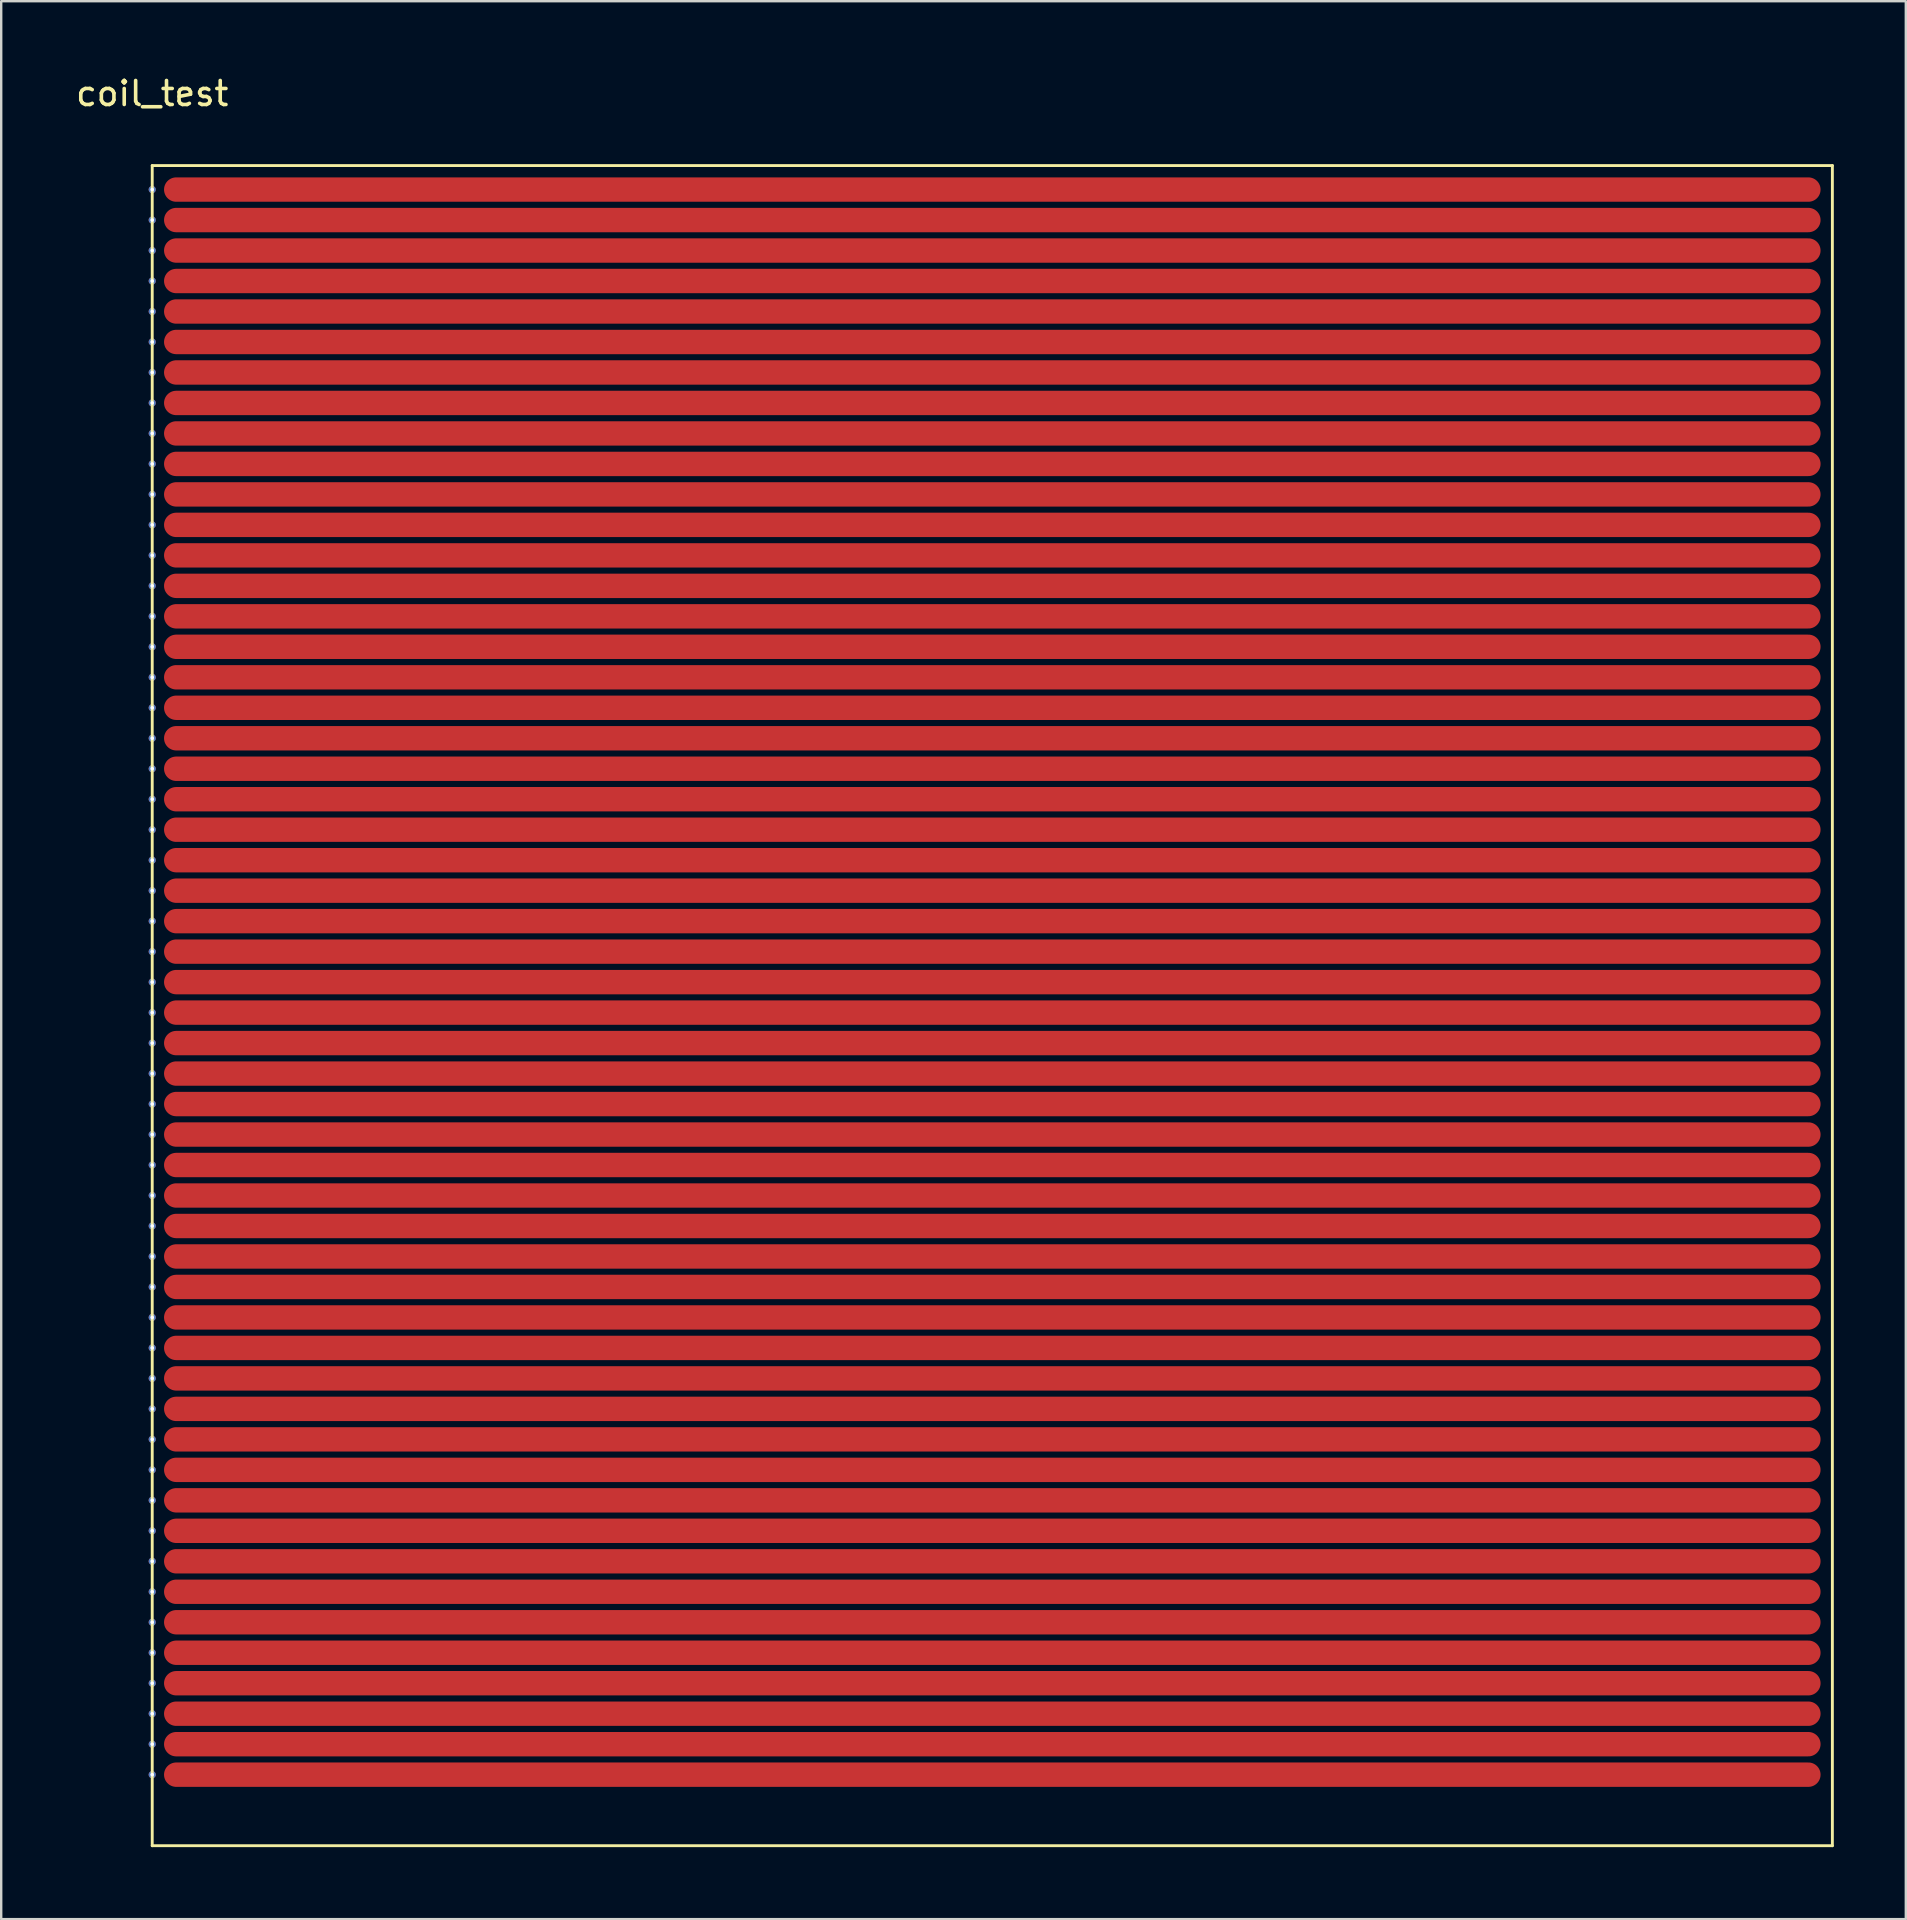
<source format=kicad_pcb>
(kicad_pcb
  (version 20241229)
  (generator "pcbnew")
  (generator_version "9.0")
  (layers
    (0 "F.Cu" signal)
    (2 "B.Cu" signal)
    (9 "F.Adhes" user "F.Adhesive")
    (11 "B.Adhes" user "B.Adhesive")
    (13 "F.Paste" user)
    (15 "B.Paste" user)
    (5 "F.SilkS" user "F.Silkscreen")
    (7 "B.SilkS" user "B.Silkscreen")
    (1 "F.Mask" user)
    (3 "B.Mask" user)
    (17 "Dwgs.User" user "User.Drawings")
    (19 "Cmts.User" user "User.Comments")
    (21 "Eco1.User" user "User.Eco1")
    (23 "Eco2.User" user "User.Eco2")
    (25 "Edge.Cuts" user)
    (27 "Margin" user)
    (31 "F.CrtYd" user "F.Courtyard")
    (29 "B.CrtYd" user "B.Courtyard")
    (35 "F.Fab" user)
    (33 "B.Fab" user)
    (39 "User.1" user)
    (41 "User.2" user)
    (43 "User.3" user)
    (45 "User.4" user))
  (footprint "coil_test"
    (layer "F.Cu")
    (at 3.292 3.848)
    (property "Reference" "coil_test" (at 0 -3 0) (layer "F.SilkS") (effects (font (size 1 1) (thickness 0.15))))
    (attr through_hole)
    (fp_line (start 1 1) (end 69 1) (stroke (width 1.016) (type solid)) (layer "F.Cu"))
    (fp_line (start 1 2.27) (end 69 2.27) (stroke (width 1.016) (type solid)) (layer "F.Cu"))
    (fp_line (start 1 3.54) (end 69 3.54) (stroke (width 1.016) (type solid)) (layer "F.Cu"))
    (fp_line (start 1 4.81) (end 69 4.81) (stroke (width 1.016) (type solid)) (layer "F.Cu"))
    (fp_line (start 1 6.08) (end 69 6.08) (stroke (width 1.016) (type solid)) (layer "F.Cu"))
    (fp_line (start 1 7.35) (end 69 7.35) (stroke (width 1.016) (type solid)) (layer "F.Cu"))
    (fp_line (start 1 8.62) (end 69 8.62) (stroke (width 1.016) (type solid)) (layer "F.Cu"))
    (fp_line (start 1 9.89) (end 69 9.89) (stroke (width 1.016) (type solid)) (layer "F.Cu"))
    (fp_line (start 1 11.16) (end 69 11.16) (stroke (width 1.016) (type solid)) (layer "F.Cu"))
    (fp_line (start 1 12.43) (end 69 12.43) (stroke (width 1.016) (type solid)) (layer "F.Cu"))
    (fp_line (start 1 13.7) (end 69 13.7) (stroke (width 1.016) (type solid)) (layer "F.Cu"))
    (fp_line (start 1 14.97) (end 69 14.97) (stroke (width 1.016) (type solid)) (layer "F.Cu"))
    (fp_line (start 1 16.24) (end 69 16.24) (stroke (width 1.016) (type solid)) (layer "F.Cu"))
    (fp_line (start 1 17.51) (end 69 17.51) (stroke (width 1.016) (type solid)) (layer "F.Cu"))
    (fp_line (start 1 18.78) (end 69 18.78) (stroke (width 1.016) (type solid)) (layer "F.Cu"))
    (fp_line (start 1 20.05) (end 69 20.05) (stroke (width 1.016) (type solid)) (layer "F.Cu"))
    (fp_line (start 1 21.32) (end 69 21.32) (stroke (width 1.016) (type solid)) (layer "F.Cu"))
    (fp_line (start 1 22.59) (end 69 22.59) (stroke (width 1.016) (type solid)) (layer "F.Cu"))
    (fp_line (start 1 23.86) (end 69 23.86) (stroke (width 1.016) (type solid)) (layer "F.Cu"))
    (fp_line (start 1 25.13) (end 69 25.13) (stroke (width 1.016) (type solid)) (layer "F.Cu"))
    (fp_line (start 1 26.4) (end 69 26.4) (stroke (width 1.016) (type solid)) (layer "F.Cu"))
    (fp_line (start 1 27.67) (end 69 27.67) (stroke (width 1.016) (type solid)) (layer "F.Cu"))
    (fp_line (start 1 28.94) (end 69 28.94) (stroke (width 1.016) (type solid)) (layer "F.Cu"))
    (fp_line (start 1 30.21) (end 69 30.21) (stroke (width 1.016) (type solid)) (layer "F.Cu"))
    (fp_line (start 1 31.48) (end 69 31.48) (stroke (width 1.016) (type solid)) (layer "F.Cu"))
    (fp_line (start 1 32.75) (end 69 32.75) (stroke (width 1.016) (type solid)) (layer "F.Cu"))
    (fp_line (start 1 34.02) (end 69 34.02) (stroke (width 1.016) (type solid)) (layer "F.Cu"))
    (fp_line (start 1 35.29) (end 69 35.29) (stroke (width 1.016) (type solid)) (layer "F.Cu"))
    (fp_line (start 1 36.56) (end 69 36.56) (stroke (width 1.016) (type solid)) (layer "F.Cu"))
    (fp_line (start 1 37.83) (end 69 37.83) (stroke (width 1.016) (type solid)) (layer "F.Cu"))
    (fp_line (start 1 39.1) (end 69 39.1) (stroke (width 1.016) (type solid)) (layer "F.Cu"))
    (fp_line (start 1 40.37) (end 69 40.37) (stroke (width 1.016) (type solid)) (layer "F.Cu"))
    (fp_line (start 1 41.64) (end 69 41.64) (stroke (width 1.016) (type solid)) (layer "F.Cu"))
    (fp_line (start 1 42.91) (end 69 42.91) (stroke (width 1.016) (type solid)) (layer "F.Cu"))
    (fp_line (start 1 44.18) (end 69 44.18) (stroke (width 1.016) (type solid)) (layer "F.Cu"))
    (fp_line (start 1 45.45) (end 69 45.45) (stroke (width 1.016) (type solid)) (layer "F.Cu"))
    (fp_line (start 1 46.72) (end 69 46.72) (stroke (width 1.016) (type solid)) (layer "F.Cu"))
    (fp_line (start 1 47.99) (end 69 47.99) (stroke (width 1.016) (type solid)) (layer "F.Cu"))
    (fp_line (start 1 49.26) (end 69 49.26) (stroke (width 1.016) (type solid)) (layer "F.Cu"))
    (fp_line (start 1 50.53) (end 69 50.53) (stroke (width 1.016) (type solid)) (layer "F.Cu"))
    (fp_line (start 1 51.8) (end 69 51.8) (stroke (width 1.016) (type solid)) (layer "F.Cu"))
    (fp_line (start 1 53.07) (end 69 53.07) (stroke (width 1.016) (type solid)) (layer "F.Cu"))
    (fp_line (start 1 54.34) (end 69 54.34) (stroke (width 1.016) (type solid)) (layer "F.Cu"))
    (fp_line (start 1 55.61) (end 69 55.61) (stroke (width 1.016) (type solid)) (layer "F.Cu"))
    (fp_line (start 1 56.88) (end 69 56.88) (stroke (width 1.016) (type solid)) (layer "F.Cu"))
    (fp_line (start 1 58.15) (end 69 58.15) (stroke (width 1.016) (type solid)) (layer "F.Cu"))
    (fp_line (start 1 59.42) (end 69 59.42) (stroke (width 1.016) (type solid)) (layer "F.Cu"))
    (fp_line (start 1 60.69) (end 69 60.69) (stroke (width 1.016) (type solid)) (layer "F.Cu"))
    (fp_line (start 1 61.96) (end 69 61.96) (stroke (width 1.016) (type solid)) (layer "F.Cu"))
    (fp_line (start 1 63.23) (end 69 63.23) (stroke (width 1.016) (type solid)) (layer "F.Cu"))
    (fp_line (start 1 64.5) (end 69 64.5) (stroke (width 1.016) (type solid)) (layer "F.Cu"))
    (fp_line (start 1 65.77) (end 69 65.77) (stroke (width 1.016) (type solid)) (layer "F.Cu"))
    (fp_line (start 1 67.04) (end 69 67.04) (stroke (width 1.016) (type solid)) (layer "F.Cu"))
    (fp_line (start 0 0) (end 0 70) (stroke (width 0.12) (type solid)) (layer "F.SilkS"))
    (fp_line (start 0 70) (end 70 70) (stroke (width 0.12) (type solid)) (layer "F.SilkS"))
    (fp_line (start 70 0) (end 0 0) (stroke (width 0.12) (type solid)) (layer "F.SilkS"))
    (fp_line (start 70 70) (end 70 0) (stroke (width 0.12) (type solid)) (layer "F.SilkS"))
    (pad "0" thru_hole circle (at 0 1) (size 0.3 0.3) (drill 0.15) (layers "*.Cu" "*.Mask"))
    (pad "1" thru_hole circle (at 0 2.27) (size 0.3 0.3) (drill 0.15) (layers "*.Cu" "*.Mask"))
    (pad "2" thru_hole circle (at 0 3.54) (size 0.3 0.3) (drill 0.15) (layers "*.Cu" "*.Mask"))
    (pad "3" thru_hole circle (at 0 4.81) (size 0.3 0.3) (drill 0.15) (layers "*.Cu" "*.Mask"))
    (pad "4" thru_hole circle (at 0 6.08) (size 0.3 0.3) (drill 0.15) (layers "*.Cu" "*.Mask"))
    (pad "5" thru_hole circle (at 0 7.35) (size 0.3 0.3) (drill 0.15) (layers "*.Cu" "*.Mask"))
    (pad "6" thru_hole circle (at 0 8.62) (size 0.3 0.3) (drill 0.15) (layers "*.Cu" "*.Mask"))
    (pad "7" thru_hole circle (at 0 9.89) (size 0.3 0.3) (drill 0.15) (layers "*.Cu" "*.Mask"))
    (pad "8" thru_hole circle (at 0 11.16) (size 0.3 0.3) (drill 0.15) (layers "*.Cu" "*.Mask"))
    (pad "9" thru_hole circle (at 0 12.43) (size 0.3 0.3) (drill 0.15) (layers "*.Cu" "*.Mask"))
    (pad "10" thru_hole circle (at 0 13.7) (size 0.3 0.3) (drill 0.15) (layers "*.Cu" "*.Mask"))
    (pad "11" thru_hole circle (at 0 14.97) (size 0.3 0.3) (drill 0.15) (layers "*.Cu" "*.Mask"))
    (pad "12" thru_hole circle (at 0 16.24) (size 0.3 0.3) (drill 0.15) (layers "*.Cu" "*.Mask"))
    (pad "13" thru_hole circle (at 0 17.51) (size 0.3 0.3) (drill 0.15) (layers "*.Cu" "*.Mask"))
    (pad "14" thru_hole circle (at 0 18.78) (size 0.3 0.3) (drill 0.15) (layers "*.Cu" "*.Mask"))
    (pad "15" thru_hole circle (at 0 20.05) (size 0.3 0.3) (drill 0.15) (layers "*.Cu" "*.Mask"))
    (pad "16" thru_hole circle (at 0 21.32) (size 0.3 0.3) (drill 0.15) (layers "*.Cu" "*.Mask"))
    (pad "17" thru_hole circle (at 0 22.59) (size 0.3 0.3) (drill 0.15) (layers "*.Cu" "*.Mask"))
    (pad "18" thru_hole circle (at 0 23.86) (size 0.3 0.3) (drill 0.15) (layers "*.Cu" "*.Mask"))
    (pad "19" thru_hole circle (at 0 25.13) (size 0.3 0.3) (drill 0.15) (layers "*.Cu" "*.Mask"))
    (pad "20" thru_hole circle (at 0 26.4) (size 0.3 0.3) (drill 0.15) (layers "*.Cu" "*.Mask"))
    (pad "21" thru_hole circle (at 0 27.67) (size 0.3 0.3) (drill 0.15) (layers "*.Cu" "*.Mask"))
    (pad "22" thru_hole circle (at 0 28.94) (size 0.3 0.3) (drill 0.15) (layers "*.Cu" "*.Mask"))
    (pad "23" thru_hole circle (at 0 30.21) (size 0.3 0.3) (drill 0.15) (layers "*.Cu" "*.Mask"))
    (pad "24" thru_hole circle (at 0 31.48) (size 0.3 0.3) (drill 0.15) (layers "*.Cu" "*.Mask"))
    (pad "25" thru_hole circle (at 0 32.75) (size 0.3 0.3) (drill 0.15) (layers "*.Cu" "*.Mask"))
    (pad "26" thru_hole circle (at 0 34.02) (size 0.3 0.3) (drill 0.15) (layers "*.Cu" "*.Mask"))
    (pad "27" thru_hole circle (at 0 35.29) (size 0.3 0.3) (drill 0.15) (layers "*.Cu" "*.Mask"))
    (pad "28" thru_hole circle (at 0 36.56) (size 0.3 0.3) (drill 0.15) (layers "*.Cu" "*.Mask"))
    (pad "29" thru_hole circle (at 0 37.83) (size 0.3 0.3) (drill 0.15) (layers "*.Cu" "*.Mask"))
    (pad "30" thru_hole circle (at 0 39.1) (size 0.3 0.3) (drill 0.15) (layers "*.Cu" "*.Mask"))
    (pad "31" thru_hole circle (at 0 40.37) (size 0.3 0.3) (drill 0.15) (layers "*.Cu" "*.Mask"))
    (pad "32" thru_hole circle (at 0 41.64) (size 0.3 0.3) (drill 0.15) (layers "*.Cu" "*.Mask"))
    (pad "33" thru_hole circle (at 0 42.91) (size 0.3 0.3) (drill 0.15) (layers "*.Cu" "*.Mask"))
    (pad "34" thru_hole circle (at 0 44.18) (size 0.3 0.3) (drill 0.15) (layers "*.Cu" "*.Mask"))
    (pad "35" thru_hole circle (at 0 45.45) (size 0.3 0.3) (drill 0.15) (layers "*.Cu" "*.Mask"))
    (pad "36" thru_hole circle (at 0 46.72) (size 0.3 0.3) (drill 0.15) (layers "*.Cu" "*.Mask"))
    (pad "37" thru_hole circle (at 0 47.99) (size 0.3 0.3) (drill 0.15) (layers "*.Cu" "*.Mask"))
    (pad "38" thru_hole circle (at 0 49.26) (size 0.3 0.3) (drill 0.15) (layers "*.Cu" "*.Mask"))
    (pad "39" thru_hole circle (at 0 50.53) (size 0.3 0.3) (drill 0.15) (layers "*.Cu" "*.Mask"))
    (pad "40" thru_hole circle (at 0 51.8) (size 0.3 0.3) (drill 0.15) (layers "*.Cu" "*.Mask"))
    (pad "41" thru_hole circle (at 0 53.07) (size 0.3 0.3) (drill 0.15) (layers "*.Cu" "*.Mask"))
    (pad "42" thru_hole circle (at 0 54.34) (size 0.3 0.3) (drill 0.15) (layers "*.Cu" "*.Mask"))
    (pad "43" thru_hole circle (at 0 55.61) (size 0.3 0.3) (drill 0.15) (layers "*.Cu" "*.Mask"))
    (pad "44" thru_hole circle (at 0 56.88) (size 0.3 0.3) (drill 0.15) (layers "*.Cu" "*.Mask"))
    (pad "45" thru_hole circle (at 0 58.15) (size 0.3 0.3) (drill 0.15) (layers "*.Cu" "*.Mask"))
    (pad "46" thru_hole circle (at 0 59.42) (size 0.3 0.3) (drill 0.15) (layers "*.Cu" "*.Mask"))
    (pad "47" thru_hole circle (at 0 60.69) (size 0.3 0.3) (drill 0.15) (layers "*.Cu" "*.Mask"))
    (pad "48" thru_hole circle (at 0 61.96) (size 0.3 0.3) (drill 0.15) (layers "*.Cu" "*.Mask"))
    (pad "49" thru_hole circle (at 0 63.23) (size 0.3 0.3) (drill 0.15) (layers "*.Cu" "*.Mask"))
    (pad "50" thru_hole circle (at 0 64.5) (size 0.3 0.3) (drill 0.15) (layers "*.Cu" "*.Mask"))
    (pad "51" thru_hole circle (at 0 65.77) (size 0.3 0.3) (drill 0.15) (layers "*.Cu" "*.Mask"))
    (pad "52" thru_hole circle (at 0 67.04) (size 0.3 0.3) (drill 0.15) (layers "*.Cu" "*.Mask")))
  (gr_rect
    (start -3 -3)
    (end 76.352 76.908)
    (stroke (width 0.1) (type default))
    (fill no)
    (layer "Edge.Cuts")))
</source>
